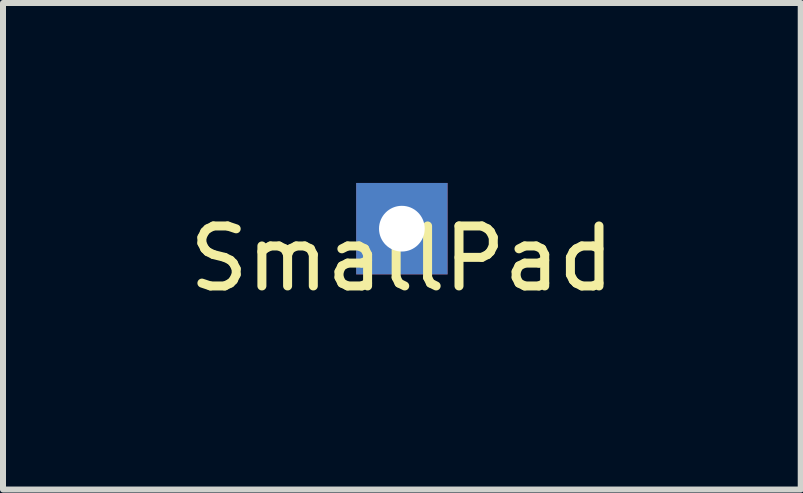
<source format=kicad_pcb>
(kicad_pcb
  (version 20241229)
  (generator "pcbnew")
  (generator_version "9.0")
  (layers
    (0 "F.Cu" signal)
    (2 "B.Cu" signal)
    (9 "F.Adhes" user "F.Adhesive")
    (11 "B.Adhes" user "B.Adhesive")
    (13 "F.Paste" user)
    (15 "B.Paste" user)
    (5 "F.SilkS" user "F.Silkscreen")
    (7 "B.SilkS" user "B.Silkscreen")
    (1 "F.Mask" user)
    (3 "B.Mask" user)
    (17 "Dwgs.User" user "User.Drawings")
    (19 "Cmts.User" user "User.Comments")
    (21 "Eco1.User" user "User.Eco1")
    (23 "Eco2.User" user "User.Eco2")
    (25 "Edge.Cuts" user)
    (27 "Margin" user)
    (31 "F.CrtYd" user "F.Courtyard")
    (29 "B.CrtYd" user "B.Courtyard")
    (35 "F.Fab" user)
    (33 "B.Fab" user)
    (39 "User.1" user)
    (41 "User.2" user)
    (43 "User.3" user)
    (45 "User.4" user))
  (footprint "SmallPad"
    (layer "F.Cu")
    (at 3.649 0.762)
    (property "Reference" "SmallPad" (at 0 0.5 0) (layer "F.SilkS") (effects (font (size 1 1) (thickness 0.15))))
    (attr through_hole)
    (pad "1" thru_hole rect (at 0 0) (size 1.524 1.524) (drill 0.762) (layers "*.Cu" "*.Mask")))
  (gr_rect
    (start -3 -3)
    (end 10.298 5.11)
    (stroke (width 0.1) (type default))
    (fill no)
    (layer "Edge.Cuts")))
</source>
